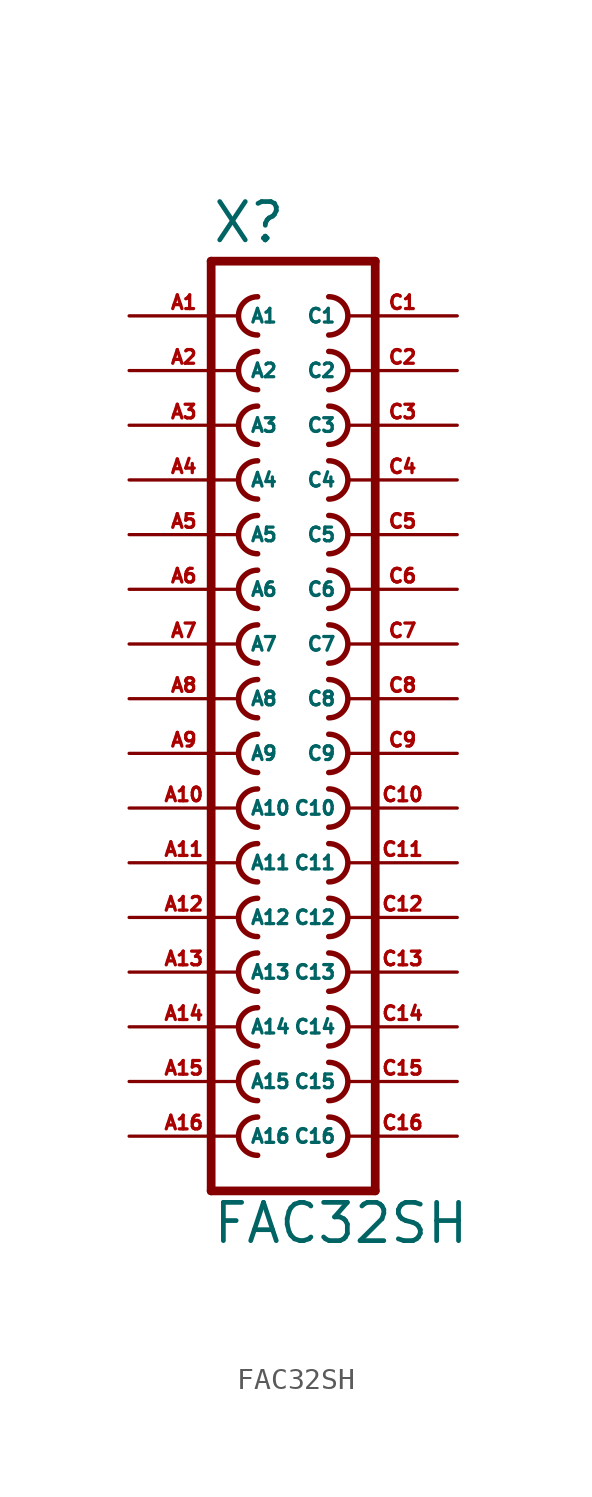
<source format=kicad_sym>
(kicad_symbol_lib
  (version 20220914)
  (generator Eagle2Kicad)
  (symbol "FAC32SH"
    (property "Reference" "X"
      (at -3.81 21.082 0)
      (effects (font (size 1.778 1.778) (thickness 0.22)) (justify left bottom)))
    (property "Value" "FAC32SH"
      (at -3.81 -25.4 0)
      (effects (font (size 1.778 1.778) (thickness 0.22)) (justify left bottom)))
    (polyline
      (pts (xy 3.81 -22.86) (xy -3.81 -22.86))
      (stroke (width 0.406) (type default))
      (fill (type none)))
    (polyline
      (pts (xy -3.81 20.32) (xy -3.81 -22.86))
      (stroke (width 0.406) (type default))
      (fill (type none)))
    (polyline
      (pts (xy -3.81 20.32) (xy 3.81 20.32))
      (stroke (width 0.406) (type default))
      (fill (type none)))
    (polyline
      (pts (xy 3.81 -22.86) (xy 3.81 20.32))
      (stroke (width 0.406) (type default))
      (fill (type none)))
    (arc
      (start -1.651 -19.431)
      (mid -2.540 -20.320)
      (end -1.651 -21.209)
      (stroke (width 0.254) (type default))
      (fill (type none)))
    (arc
      (start -1.651 -16.891)
      (mid -2.540 -17.780)
      (end -1.651 -18.669)
      (stroke (width 0.254) (type default))
      (fill (type none)))
    (arc
      (start -1.651 -14.351)
      (mid -2.540 -15.240)
      (end -1.651 -16.129)
      (stroke (width 0.254) (type default))
      (fill (type none)))
    (arc
      (start -1.651 -11.811)
      (mid -2.540 -12.700)
      (end -1.651 -13.589)
      (stroke (width 0.254) (type default))
      (fill (type none)))
    (arc
      (start -1.651 -9.271)
      (mid -2.540 -10.160)
      (end -1.651 -11.049)
      (stroke (width 0.254) (type default))
      (fill (type none)))
    (arc
      (start -1.651 -6.731)
      (mid -2.540 -7.620)
      (end -1.651 -8.509)
      (stroke (width 0.254) (type default))
      (fill (type none)))
    (arc
      (start -1.651 -4.191)
      (mid -2.540 -5.080)
      (end -1.651 -5.969)
      (stroke (width 0.254) (type default))
      (fill (type none)))
    (arc
      (start -1.651 -1.651)
      (mid -2.540 -2.540)
      (end -1.651 -3.429)
      (stroke (width 0.254) (type default))
      (fill (type none)))
    (arc
      (start -1.651 0.889)
      (mid -2.540 0.000)
      (end -1.651 -0.889)
      (stroke (width 0.254) (type default))
      (fill (type none)))
    (arc
      (start -1.651 3.429)
      (mid -2.540 2.540)
      (end -1.651 1.651)
      (stroke (width 0.254) (type default))
      (fill (type none)))
    (arc
      (start -1.651 5.969)
      (mid -2.540 5.080)
      (end -1.651 4.191)
      (stroke (width 0.254) (type default))
      (fill (type none)))
    (arc
      (start -1.651 8.509)
      (mid -2.540 7.620)
      (end -1.651 6.731)
      (stroke (width 0.254) (type default))
      (fill (type none)))
    (arc
      (start -1.651 11.049)
      (mid -2.540 10.160)
      (end -1.651 9.271)
      (stroke (width 0.254) (type default))
      (fill (type none)))
    (arc
      (start -1.651 13.589)
      (mid -2.540 12.700)
      (end -1.651 11.811)
      (stroke (width 0.254) (type default))
      (fill (type none)))
    (arc
      (start -1.651 16.129)
      (mid -2.540 15.240)
      (end -1.651 14.351)
      (stroke (width 0.254) (type default))
      (fill (type none)))
    (arc
      (start -1.651 18.669)
      (mid -2.540 17.780)
      (end -1.651 16.891)
      (stroke (width 0.254) (type default))
      (fill (type none)))
    (arc
      (start 1.651 -21.209)
      (mid 2.540 -20.320)
      (end 1.651 -19.431)
      (stroke (width 0.254) (type default))
      (fill (type none)))
    (arc
      (start 1.651 -18.669)
      (mid 2.540 -17.780)
      (end 1.651 -16.891)
      (stroke (width 0.254) (type default))
      (fill (type none)))
    (arc
      (start 1.651 -16.129)
      (mid 2.540 -15.240)
      (end 1.651 -14.351)
      (stroke (width 0.254) (type default))
      (fill (type none)))
    (arc
      (start 1.651 -13.589)
      (mid 2.540 -12.700)
      (end 1.651 -11.811)
      (stroke (width 0.254) (type default))
      (fill (type none)))
    (arc
      (start 1.651 -11.049)
      (mid 2.540 -10.160)
      (end 1.651 -9.271)
      (stroke (width 0.254) (type default))
      (fill (type none)))
    (arc
      (start 1.651 -8.509)
      (mid 2.540 -7.620)
      (end 1.651 -6.731)
      (stroke (width 0.254) (type default))
      (fill (type none)))
    (arc
      (start 1.651 -5.969)
      (mid 2.540 -5.080)
      (end 1.651 -4.191)
      (stroke (width 0.254) (type default))
      (fill (type none)))
    (arc
      (start 1.651 -3.429)
      (mid 2.540 -2.540)
      (end 1.651 -1.651)
      (stroke (width 0.254) (type default))
      (fill (type none)))
    (arc
      (start 1.651 -0.889)
      (mid 2.540 0.000)
      (end 1.651 0.889)
      (stroke (width 0.254) (type default))
      (fill (type none)))
    (arc
      (start 1.651 1.651)
      (mid 2.540 2.540)
      (end 1.651 3.429)
      (stroke (width 0.254) (type default))
      (fill (type none)))
    (arc
      (start 1.651 4.191)
      (mid 2.540 5.080)
      (end 1.651 5.969)
      (stroke (width 0.254) (type default))
      (fill (type none)))
    (arc
      (start 1.651 6.731)
      (mid 2.540 7.620)
      (end 1.651 8.509)
      (stroke (width 0.254) (type default))
      (fill (type none)))
    (arc
      (start 1.651 9.271)
      (mid 2.540 10.160)
      (end 1.651 11.049)
      (stroke (width 0.254) (type default))
      (fill (type none)))
    (arc
      (start 1.651 11.811)
      (mid 2.540 12.700)
      (end 1.651 13.589)
      (stroke (width 0.254) (type default))
      (fill (type none)))
    (arc
      (start 1.651 14.351)
      (mid 2.540 15.240)
      (end 1.651 16.129)
      (stroke (width 0.254) (type default))
      (fill (type none)))
    (arc
      (start 1.651 16.891)
      (mid 2.540 17.780)
      (end 1.651 18.669)
      (stroke (width 0.254) (type default))
      (fill (type none)))
    (pin passive line
      (at 7.62 17.78 180)
      (length 5.08)
      (name "C1" (effects (font (size 0.635 0.635) (thickness 0.08)) (justify left bottom)))
      (number "C1" (effects (font (size 0.635 0.635) (thickness 0.08)) (justify left bottom))))
    (pin passive line
      (at 7.62 15.24 180)
      (length 5.08)
      (name "C2" (effects (font (size 0.635 0.635) (thickness 0.08)) (justify left bottom)))
      (number "C2" (effects (font (size 0.635 0.635) (thickness 0.08)) (justify left bottom))))
    (pin passive line
      (at 7.62 12.7 180)
      (length 5.08)
      (name "C3" (effects (font (size 0.635 0.635) (thickness 0.08)) (justify left bottom)))
      (number "C3" (effects (font (size 0.635 0.635) (thickness 0.08)) (justify left bottom))))
    (pin passive line
      (at 7.62 10.16 180)
      (length 5.08)
      (name "C4" (effects (font (size 0.635 0.635) (thickness 0.08)) (justify left bottom)))
      (number "C4" (effects (font (size 0.635 0.635) (thickness 0.08)) (justify left bottom))))
    (pin passive line
      (at 7.62 7.62 180)
      (length 5.08)
      (name "C5" (effects (font (size 0.635 0.635) (thickness 0.08)) (justify left bottom)))
      (number "C5" (effects (font (size 0.635 0.635) (thickness 0.08)) (justify left bottom))))
    (pin passive line
      (at 7.62 5.08 180)
      (length 5.08)
      (name "C6" (effects (font (size 0.635 0.635) (thickness 0.08)) (justify left bottom)))
      (number "C6" (effects (font (size 0.635 0.635) (thickness 0.08)) (justify left bottom))))
    (pin passive line
      (at 7.62 2.54 180)
      (length 5.08)
      (name "C7" (effects (font (size 0.635 0.635) (thickness 0.08)) (justify left bottom)))
      (number "C7" (effects (font (size 0.635 0.635) (thickness 0.08)) (justify left bottom))))
    (pin passive line
      (at 7.62 0 180)
      (length 5.08)
      (name "C8" (effects (font (size 0.635 0.635) (thickness 0.08)) (justify left bottom)))
      (number "C8" (effects (font (size 0.635 0.635) (thickness 0.08)) (justify left bottom))))
    (pin passive line
      (at 7.62 -2.54 180)
      (length 5.08)
      (name "C9" (effects (font (size 0.635 0.635) (thickness 0.08)) (justify left bottom)))
      (number "C9" (effects (font (size 0.635 0.635) (thickness 0.08)) (justify left bottom))))
    (pin passive line
      (at 7.62 -5.08 180)
      (length 5.08)
      (name "C10" (effects (font (size 0.635 0.635) (thickness 0.08)) (justify left bottom)))
      (number "C10" (effects (font (size 0.635 0.635) (thickness 0.08)) (justify left bottom))))
    (pin passive line
      (at 7.62 -7.62 180)
      (length 5.08)
      (name "C11" (effects (font (size 0.635 0.635) (thickness 0.08)) (justify left bottom)))
      (number "C11" (effects (font (size 0.635 0.635) (thickness 0.08)) (justify left bottom))))
    (pin passive line
      (at 7.62 -10.16 180)
      (length 5.08)
      (name "C12" (effects (font (size 0.635 0.635) (thickness 0.08)) (justify left bottom)))
      (number "C12" (effects (font (size 0.635 0.635) (thickness 0.08)) (justify left bottom))))
    (pin passive line
      (at 7.62 -12.7 180)
      (length 5.08)
      (name "C13" (effects (font (size 0.635 0.635) (thickness 0.08)) (justify left bottom)))
      (number "C13" (effects (font (size 0.635 0.635) (thickness 0.08)) (justify left bottom))))
    (pin passive line
      (at 7.62 -15.24 180)
      (length 5.08)
      (name "C14" (effects (font (size 0.635 0.635) (thickness 0.08)) (justify left bottom)))
      (number "C14" (effects (font (size 0.635 0.635) (thickness 0.08)) (justify left bottom))))
    (pin passive line
      (at 7.62 -17.78 180)
      (length 5.08)
      (name "C15" (effects (font (size 0.635 0.635) (thickness 0.08)) (justify left bottom)))
      (number "C15" (effects (font (size 0.635 0.635) (thickness 0.08)) (justify left bottom))))
    (pin passive line
      (at 7.62 -20.32 180)
      (length 5.08)
      (name "C16" (effects (font (size 0.635 0.635) (thickness 0.08)) (justify left bottom)))
      (number "C16" (effects (font (size 0.635 0.635) (thickness 0.08)) (justify left bottom))))
    (pin passive line
      (at -7.62 17.78 0)
      (length 5.08)
      (name "A1" (effects (font (size 0.635 0.635) (thickness 0.08)) (justify left bottom)))
      (number "A1" (effects (font (size 0.635 0.635) (thickness 0.08)) (justify left bottom))))
    (pin passive line
      (at -7.62 15.24 0)
      (length 5.08)
      (name "A2" (effects (font (size 0.635 0.635) (thickness 0.08)) (justify left bottom)))
      (number "A2" (effects (font (size 0.635 0.635) (thickness 0.08)) (justify left bottom))))
    (pin passive line
      (at -7.62 12.7 0)
      (length 5.08)
      (name "A3" (effects (font (size 0.635 0.635) (thickness 0.08)) (justify left bottom)))
      (number "A3" (effects (font (size 0.635 0.635) (thickness 0.08)) (justify left bottom))))
    (pin passive line
      (at -7.62 10.16 0)
      (length 5.08)
      (name "A4" (effects (font (size 0.635 0.635) (thickness 0.08)) (justify left bottom)))
      (number "A4" (effects (font (size 0.635 0.635) (thickness 0.08)) (justify left bottom))))
    (pin passive line
      (at -7.62 7.62 0)
      (length 5.08)
      (name "A5" (effects (font (size 0.635 0.635) (thickness 0.08)) (justify left bottom)))
      (number "A5" (effects (font (size 0.635 0.635) (thickness 0.08)) (justify left bottom))))
    (pin passive line
      (at -7.62 5.08 0)
      (length 5.08)
      (name "A6" (effects (font (size 0.635 0.635) (thickness 0.08)) (justify left bottom)))
      (number "A6" (effects (font (size 0.635 0.635) (thickness 0.08)) (justify left bottom))))
    (pin passive line
      (at -7.62 2.54 0)
      (length 5.08)
      (name "A7" (effects (font (size 0.635 0.635) (thickness 0.08)) (justify left bottom)))
      (number "A7" (effects (font (size 0.635 0.635) (thickness 0.08)) (justify left bottom))))
    (pin passive line
      (at -7.62 0 0)
      (length 5.08)
      (name "A8" (effects (font (size 0.635 0.635) (thickness 0.08)) (justify left bottom)))
      (number "A8" (effects (font (size 0.635 0.635) (thickness 0.08)) (justify left bottom))))
    (pin passive line
      (at -7.62 -2.54 0)
      (length 5.08)
      (name "A9" (effects (font (size 0.635 0.635) (thickness 0.08)) (justify left bottom)))
      (number "A9" (effects (font (size 0.635 0.635) (thickness 0.08)) (justify left bottom))))
    (pin passive line
      (at -7.62 -5.08 0)
      (length 5.08)
      (name "A10" (effects (font (size 0.635 0.635) (thickness 0.08)) (justify left bottom)))
      (number "A10" (effects (font (size 0.635 0.635) (thickness 0.08)) (justify left bottom))))
    (pin passive line
      (at -7.62 -7.62 0)
      (length 5.08)
      (name "A11" (effects (font (size 0.635 0.635) (thickness 0.08)) (justify left bottom)))
      (number "A11" (effects (font (size 0.635 0.635) (thickness 0.08)) (justify left bottom))))
    (pin passive line
      (at -7.62 -10.16 0)
      (length 5.08)
      (name "A12" (effects (font (size 0.635 0.635) (thickness 0.08)) (justify left bottom)))
      (number "A12" (effects (font (size 0.635 0.635) (thickness 0.08)) (justify left bottom))))
    (pin passive line
      (at -7.62 -12.7 0)
      (length 5.08)
      (name "A13" (effects (font (size 0.635 0.635) (thickness 0.08)) (justify left bottom)))
      (number "A13" (effects (font (size 0.635 0.635) (thickness 0.08)) (justify left bottom))))
    (pin passive line
      (at -7.62 -15.24 0)
      (length 5.08)
      (name "A14" (effects (font (size 0.635 0.635) (thickness 0.08)) (justify left bottom)))
      (number "A14" (effects (font (size 0.635 0.635) (thickness 0.08)) (justify left bottom))))
    (pin passive line
      (at -7.62 -17.78 0)
      (length 5.08)
      (name "A15" (effects (font (size 0.635 0.635) (thickness 0.08)) (justify left bottom)))
      (number "A15" (effects (font (size 0.635 0.635) (thickness 0.08)) (justify left bottom))))
    (pin passive line
      (at -7.62 -20.32 0)
      (length 5.08)
      (name "A16" (effects (font (size 0.635 0.635) (thickness 0.08)) (justify left bottom)))
      (number "A16" (effects (font (size 0.635 0.635) (thickness 0.08)) (justify left bottom))))))
</source>
